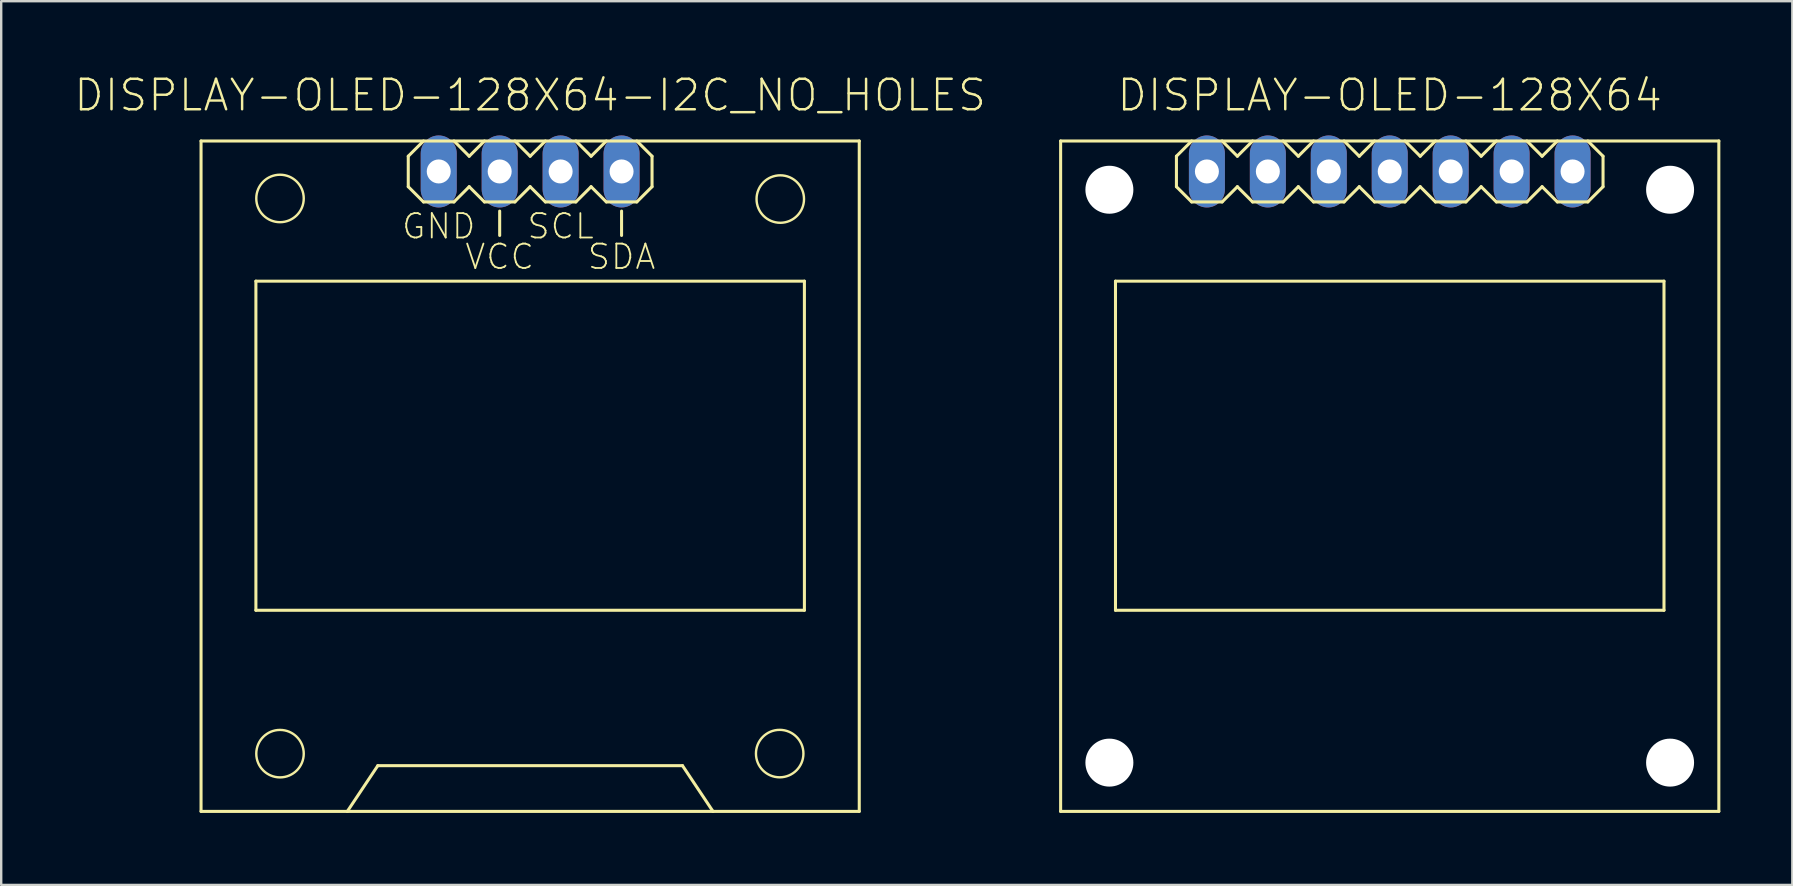
<source format=kicad_pcb>
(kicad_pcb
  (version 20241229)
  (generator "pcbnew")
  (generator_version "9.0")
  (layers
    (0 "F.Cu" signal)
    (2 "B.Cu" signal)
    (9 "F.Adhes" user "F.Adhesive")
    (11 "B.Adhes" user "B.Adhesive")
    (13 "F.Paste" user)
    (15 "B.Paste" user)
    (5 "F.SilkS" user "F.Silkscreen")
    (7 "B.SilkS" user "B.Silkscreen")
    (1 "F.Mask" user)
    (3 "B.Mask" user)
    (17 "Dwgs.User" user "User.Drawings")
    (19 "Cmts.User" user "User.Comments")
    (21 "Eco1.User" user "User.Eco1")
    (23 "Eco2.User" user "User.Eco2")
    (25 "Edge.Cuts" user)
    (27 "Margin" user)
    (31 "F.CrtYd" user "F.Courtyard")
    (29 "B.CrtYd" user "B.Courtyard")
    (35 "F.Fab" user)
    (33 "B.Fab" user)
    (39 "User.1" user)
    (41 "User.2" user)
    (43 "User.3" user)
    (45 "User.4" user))
  (footprint "DISPLAY-OLED-128X64"
    (layer "F.Cu")
    (at 54.87 16.796)
    (property "Reference" "DISPLAY-OLED-128X64" (at 0 -15.875 0) (layer "F.SilkS") (effects (font (size 1.27 1.27) (thickness 0.102))))
    (attr exclude_from_pos_files exclude_from_bom)
    (fp_line (start -13.716 -13.97) (end 13.716 -13.97) (stroke (width 0.127) (type solid)) (layer "F.SilkS"))
    (fp_line (start -13.716 13.97) (end -13.716 -13.97) (stroke (width 0.127) (type solid)) (layer "F.SilkS"))
    (fp_line (start -11.43 -8.128) (end 11.43 -8.128) (stroke (width 0.127) (type solid)) (layer "F.SilkS"))
    (fp_line (start -11.43 5.588) (end -11.43 -8.128) (stroke (width 0.127) (type solid)) (layer "F.SilkS"))
    (fp_line (start -8.89 -13.335) (end -8.255 -13.97) (stroke (width 0.127) (type solid)) (layer "F.SilkS"))
    (fp_line (start -8.89 -12.065) (end -8.89 -13.335) (stroke (width 0.127) (type solid)) (layer "F.SilkS"))
    (fp_line (start -8.255 -11.43) (end -8.89 -12.065) (stroke (width 0.127) (type solid)) (layer "F.SilkS"))
    (fp_line (start -6.985 -13.97) (end -6.35 -13.335) (stroke (width 0.127) (type solid)) (layer "F.SilkS"))
    (fp_line (start -6.985 -11.43) (end -8.255 -11.43) (stroke (width 0.127) (type solid)) (layer "F.SilkS"))
    (fp_line (start -6.35 -13.335) (end -5.715 -13.97) (stroke (width 0.127) (type solid)) (layer "F.SilkS"))
    (fp_line (start -6.35 -12.065) (end -6.985 -11.43) (stroke (width 0.127) (type solid)) (layer "F.SilkS"))
    (fp_line (start -5.715 -11.43) (end -6.35 -12.065) (stroke (width 0.127) (type solid)) (layer "F.SilkS"))
    (fp_line (start -4.445 -13.97) (end -3.81 -13.335) (stroke (width 0.127) (type solid)) (layer "F.SilkS"))
    (fp_line (start -4.445 -11.43) (end -5.715 -11.43) (stroke (width 0.127) (type solid)) (layer "F.SilkS"))
    (fp_line (start -3.81 -13.335) (end -3.175 -13.97) (stroke (width 0.127) (type solid)) (layer "F.SilkS"))
    (fp_line (start -3.81 -12.065) (end -4.445 -11.43) (stroke (width 0.127) (type solid)) (layer "F.SilkS"))
    (fp_line (start -3.175 -11.43) (end -3.81 -12.065) (stroke (width 0.127) (type solid)) (layer "F.SilkS"))
    (fp_line (start -1.905 -13.97) (end -1.27 -13.335) (stroke (width 0.127) (type solid)) (layer "F.SilkS"))
    (fp_line (start -1.905 -11.43) (end -3.175 -11.43) (stroke (width 0.127) (type solid)) (layer "F.SilkS"))
    (fp_line (start -1.27 -13.335) (end -0.635 -13.97) (stroke (width 0.127) (type solid)) (layer "F.SilkS"))
    (fp_line (start -1.27 -12.065) (end -1.905 -11.43) (stroke (width 0.127) (type solid)) (layer "F.SilkS"))
    (fp_line (start -0.635 -11.43) (end -1.27 -12.065) (stroke (width 0.127) (type solid)) (layer "F.SilkS"))
    (fp_line (start 0.635 -13.97) (end 1.27 -13.335) (stroke (width 0.127) (type solid)) (layer "F.SilkS"))
    (fp_line (start 0.635 -11.43) (end -0.635 -11.43) (stroke (width 0.127) (type solid)) (layer "F.SilkS"))
    (fp_line (start 1.27 -13.335) (end 1.905 -13.97) (stroke (width 0.127) (type solid)) (layer "F.SilkS"))
    (fp_line (start 1.27 -12.065) (end 0.635 -11.43) (stroke (width 0.127) (type solid)) (layer "F.SilkS"))
    (fp_line (start 1.905 -11.43) (end 1.27 -12.065) (stroke (width 0.127) (type solid)) (layer "F.SilkS"))
    (fp_line (start 3.175 -13.97) (end 3.81 -13.335) (stroke (width 0.127) (type solid)) (layer "F.SilkS"))
    (fp_line (start 3.175 -11.43) (end 1.905 -11.43) (stroke (width 0.127) (type solid)) (layer "F.SilkS"))
    (fp_line (start 3.81 -13.335) (end 4.445 -13.97) (stroke (width 0.127) (type solid)) (layer "F.SilkS"))
    (fp_line (start 3.81 -12.065) (end 3.175 -11.43) (stroke (width 0.127) (type solid)) (layer "F.SilkS"))
    (fp_line (start 4.445 -11.43) (end 3.81 -12.065) (stroke (width 0.127) (type solid)) (layer "F.SilkS"))
    (fp_line (start 5.715 -13.97) (end 6.35 -13.335) (stroke (width 0.127) (type solid)) (layer "F.SilkS"))
    (fp_line (start 5.715 -11.43) (end 4.445 -11.43) (stroke (width 0.127) (type solid)) (layer "F.SilkS"))
    (fp_line (start 6.35 -13.335) (end 6.985 -13.97) (stroke (width 0.127) (type solid)) (layer "F.SilkS"))
    (fp_line (start 6.35 -12.065) (end 5.715 -11.43) (stroke (width 0.127) (type solid)) (layer "F.SilkS"))
    (fp_line (start 6.985 -11.43) (end 6.35 -12.065) (stroke (width 0.127) (type solid)) (layer "F.SilkS"))
    (fp_line (start 8.255 -13.97) (end 8.89 -13.335) (stroke (width 0.127) (type solid)) (layer "F.SilkS"))
    (fp_line (start 8.255 -11.43) (end 6.985 -11.43) (stroke (width 0.127) (type solid)) (layer "F.SilkS"))
    (fp_line (start 8.89 -13.335) (end 8.89 -12.065) (stroke (width 0.127) (type solid)) (layer "F.SilkS"))
    (fp_line (start 8.89 -12.065) (end 8.255 -11.43) (stroke (width 0.127) (type solid)) (layer "F.SilkS"))
    (fp_line (start 11.43 -8.128) (end 11.43 5.588) (stroke (width 0.127) (type solid)) (layer "F.SilkS"))
    (fp_line (start 11.43 5.588) (end -11.43 5.588) (stroke (width 0.127) (type solid)) (layer "F.SilkS"))
    (fp_line (start 13.716 -13.97) (end 13.716 13.97) (stroke (width 0.127) (type solid)) (layer "F.SilkS"))
    (fp_line (start 13.716 13.97) (end -13.716 13.97) (stroke (width 0.127) (type solid)) (layer "F.SilkS"))
    (pad "" np_thru_hole circle (at -11.684 -11.938) (size 1.999 1.999) (drill 1.999) (layers "*.Cu" "*.Mask"))
    (pad "" np_thru_hole circle (at -11.684 11.938) (size 1.999 1.999) (drill 1.999) (layers "*.Cu" "*.Mask"))
    (pad "" np_thru_hole circle (at 11.684 -11.938) (size 1.999 1.999) (drill 1.999) (layers "*.Cu" "*.Mask"))
    (pad "" np_thru_hole circle (at 11.684 11.938) (size 1.999 1.999) (drill 1.999) (layers "*.Cu" "*.Mask"))
    (pad "1" thru_hole oval (at -7.62 -12.7) (size 1.5 3) (drill 1) (layers "*.Cu" "*.Mask"))
    (pad "2" thru_hole oval (at -5.08 -12.7) (size 1.5 3) (drill 1) (layers "*.Cu" "*.Mask"))
    (pad "3" thru_hole oval (at -2.54 -12.7) (size 1.5 3) (drill 1) (layers "*.Cu" "*.Mask"))
    (pad "4" thru_hole oval (at 0 -12.7) (size 1.5 3) (drill 1) (layers "*.Cu" "*.Mask"))
    (pad "5" thru_hole oval (at 2.54 -12.7) (size 1.5 3) (drill 1) (layers "*.Cu" "*.Mask"))
    (pad "6" thru_hole oval (at 5.08 -12.7) (size 1.5 3) (drill 1) (layers "*.Cu" "*.Mask"))
    (pad "7" thru_hole oval (at 7.62 -12.7) (size 1.5 3) (drill 1) (layers "*.Cu" "*.Mask")))
  (footprint "DISPLAY-OLED-128X64-I2C_NO_HOLES"
    (layer "F.Cu")
    (at 19.045 16.796)
    (property "Reference" "DISPLAY-OLED-128X64-I2C_NO_HOLES" (at 0 -15.875 0) (layer "F.SilkS") (effects (font (size 1.27 1.27) (thickness 0.102))))
    (attr exclude_from_pos_files exclude_from_bom)
    (fp_line (start -13.716 -13.97) (end 13.716 -13.97) (stroke (width 0.127) (type solid)) (layer "F.SilkS"))
    (fp_line (start -13.716 13.97) (end -13.716 -13.97) (stroke (width 0.127) (type solid)) (layer "F.SilkS"))
    (fp_line (start -11.43 -8.128) (end 11.43 -8.128) (stroke (width 0.127) (type solid)) (layer "F.SilkS"))
    (fp_line (start -11.43 5.588) (end -11.43 -8.128) (stroke (width 0.127) (type solid)) (layer "F.SilkS"))
    (fp_line (start -7.62 13.97) (end -13.716 13.97) (stroke (width 0.127) (type solid)) (layer "F.SilkS"))
    (fp_line (start -7.62 13.97) (end -6.35 12.065) (stroke (width 0.127) (type solid)) (layer "F.SilkS"))
    (fp_line (start -6.35 12.065) (end 6.35 12.065) (stroke (width 0.127) (type solid)) (layer "F.SilkS"))
    (fp_line (start -5.08 -13.335) (end -4.445 -13.97) (stroke (width 0.127) (type solid)) (layer "F.SilkS"))
    (fp_line (start -5.08 -12.065) (end -5.08 -13.335) (stroke (width 0.127) (type solid)) (layer "F.SilkS"))
    (fp_line (start -4.445 -11.43) (end -5.08 -12.065) (stroke (width 0.127) (type solid)) (layer "F.SilkS"))
    (fp_line (start -3.175 -13.97) (end -2.54 -13.335) (stroke (width 0.127) (type solid)) (layer "F.SilkS"))
    (fp_line (start -3.175 -11.43) (end -4.445 -11.43) (stroke (width 0.127) (type solid)) (layer "F.SilkS"))
    (fp_line (start -2.54 -13.335) (end -1.905 -13.97) (stroke (width 0.127) (type solid)) (layer "F.SilkS"))
    (fp_line (start -2.54 -12.065) (end -3.175 -11.43) (stroke (width 0.127) (type solid)) (layer "F.SilkS"))
    (fp_line (start -1.905 -11.43) (end -2.54 -12.065) (stroke (width 0.127) (type solid)) (layer "F.SilkS"))
    (fp_line (start -1.27 -10.033) (end -1.27 -11.049) (stroke (width 0.127) (type solid)) (layer "F.SilkS"))
    (fp_line (start -0.635 -13.97) (end 0 -13.335) (stroke (width 0.127) (type solid)) (layer "F.SilkS"))
    (fp_line (start -0.635 -11.43) (end -1.905 -11.43) (stroke (width 0.127) (type solid)) (layer "F.SilkS"))
    (fp_line (start 0 -13.335) (end 0.635 -13.97) (stroke (width 0.127) (type solid)) (layer "F.SilkS"))
    (fp_line (start 0 -12.065) (end -0.635 -11.43) (stroke (width 0.127) (type solid)) (layer "F.SilkS"))
    (fp_line (start 0.635 -11.43) (end 0 -12.065) (stroke (width 0.127) (type solid)) (layer "F.SilkS"))
    (fp_line (start 1.905 -13.97) (end 2.54 -13.335) (stroke (width 0.127) (type solid)) (layer "F.SilkS"))
    (fp_line (start 1.905 -11.43) (end 0.635 -11.43) (stroke (width 0.127) (type solid)) (layer "F.SilkS"))
    (fp_line (start 2.54 -13.335) (end 3.175 -13.97) (stroke (width 0.127) (type solid)) (layer "F.SilkS"))
    (fp_line (start 2.54 -12.065) (end 1.905 -11.43) (stroke (width 0.127) (type solid)) (layer "F.SilkS"))
    (fp_line (start 3.175 -11.43) (end 2.54 -12.065) (stroke (width 0.127) (type solid)) (layer "F.SilkS"))
    (fp_line (start 3.81 -10.033) (end 3.81 -11.049) (stroke (width 0.127) (type solid)) (layer "F.SilkS"))
    (fp_line (start 4.445 -13.97) (end 5.08 -13.335) (stroke (width 0.127) (type solid)) (layer "F.SilkS"))
    (fp_line (start 4.445 -11.43) (end 3.175 -11.43) (stroke (width 0.127) (type solid)) (layer "F.SilkS"))
    (fp_line (start 5.08 -13.335) (end 5.08 -12.065) (stroke (width 0.127) (type solid)) (layer "F.SilkS"))
    (fp_line (start 5.08 -12.065) (end 4.445 -11.43) (stroke (width 0.127) (type solid)) (layer "F.SilkS"))
    (fp_line (start 6.35 12.065) (end 7.62 13.97) (stroke (width 0.127) (type solid)) (layer "F.SilkS"))
    (fp_line (start 7.62 13.97) (end -7.62 13.97) (stroke (width 0.127) (type solid)) (layer "F.SilkS"))
    (fp_line (start 11.43 -8.128) (end 11.43 5.588) (stroke (width 0.127) (type solid)) (layer "F.SilkS"))
    (fp_line (start 11.43 5.588) (end -11.43 5.588) (stroke (width 0.127) (type solid)) (layer "F.SilkS"))
    (fp_line (start 13.716 -13.97) (end 13.716 13.97) (stroke (width 0.127) (type solid)) (layer "F.SilkS"))
    (fp_line (start 13.716 13.97) (end 7.62 13.97) (stroke (width 0.127) (type solid)) (layer "F.SilkS"))
    (fp_circle (center -10.425 -11.575) (end -9.5 -11.225) (stroke (width 0.1) (type default)) (fill no) (layer "F.SilkS"))
    (fp_circle (center -10.425 11.564) (end -9.5 11.914) (stroke (width 0.1) (type default)) (fill no) (layer "F.SilkS"))
    (fp_circle (center 10.4 11.561) (end 11.325 11.911) (stroke (width 0.1) (type default)) (fill no) (layer "F.SilkS"))
    (fp_circle (center 10.425 -11.55) (end 11.35 -11.2) (stroke (width 0.1) (type default)) (fill no) (layer "F.SilkS"))
    (fp_text user "GND" (at -3.81 -10.414 0) (layer "F.SilkS") (effects (font (size 1.016 1.016) (thickness 0.076))))
    (fp_text user "SCL" (at 1.27 -10.414 0) (layer "F.SilkS") (effects (font (size 1.016 1.016) (thickness 0.076))))
    (fp_text user "SDA" (at 3.81 -9.144 0) (layer "F.SilkS") (effects (font (size 1.016 1.016) (thickness 0.076))))
    (fp_text user "VCC" (at -1.27 -9.144 0) (layer "F.SilkS") (effects (font (size 1.016 1.016) (thickness 0.076))))
    (pad "1" thru_hole oval (at -3.81 -12.7) (size 1.5 3) (drill 1) (layers "*.Cu" "*.Mask"))
    (pad "2" thru_hole oval (at -1.27 -12.7) (size 1.5 3) (drill 1) (layers "*.Cu" "*.Mask"))
    (pad "3" thru_hole oval (at 1.27 -12.7) (size 1.5 3) (drill 1) (layers "*.Cu" "*.Mask"))
    (pad "4" thru_hole oval (at 3.81 -12.7) (size 1.5 3) (drill 1) (layers "*.Cu" "*.Mask")))
  (gr_rect
    (start -3 -3)
    (end 71.649 33.83)
    (stroke (width 0.1) (type default))
    (fill no)
    (layer "Edge.Cuts")))
</source>
